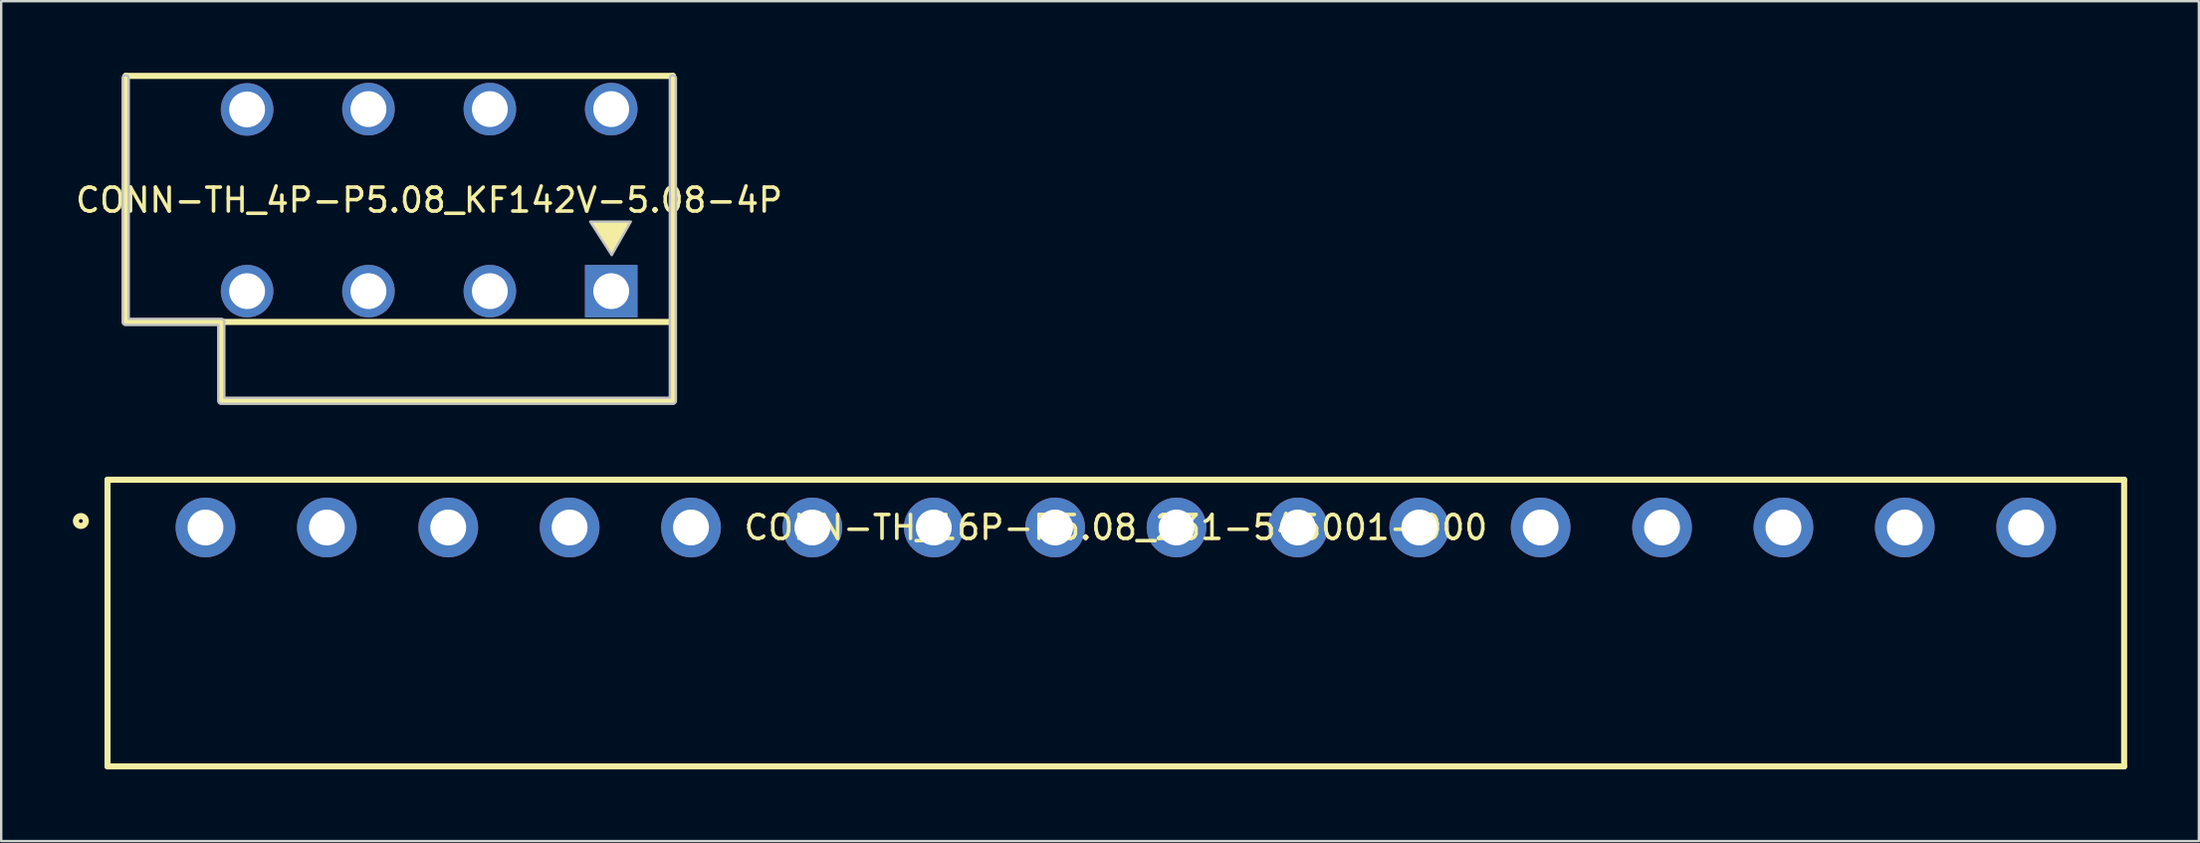
<source format=kicad_pcb>
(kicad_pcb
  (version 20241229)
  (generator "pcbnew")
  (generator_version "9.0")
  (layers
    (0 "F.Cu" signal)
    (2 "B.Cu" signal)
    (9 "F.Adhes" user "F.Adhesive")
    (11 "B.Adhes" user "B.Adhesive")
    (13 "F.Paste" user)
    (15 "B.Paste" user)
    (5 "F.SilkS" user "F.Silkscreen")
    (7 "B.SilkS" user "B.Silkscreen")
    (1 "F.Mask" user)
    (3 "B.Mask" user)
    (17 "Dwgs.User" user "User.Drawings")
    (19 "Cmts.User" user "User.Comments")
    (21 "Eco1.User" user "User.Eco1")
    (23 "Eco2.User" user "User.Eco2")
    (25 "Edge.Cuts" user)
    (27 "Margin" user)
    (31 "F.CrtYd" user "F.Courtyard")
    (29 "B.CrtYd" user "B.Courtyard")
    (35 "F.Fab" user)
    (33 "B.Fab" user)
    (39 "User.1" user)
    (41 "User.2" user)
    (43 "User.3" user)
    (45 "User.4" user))
  (footprint "CONN-TH_4P-P5.08_KF142V-5.08-4P"
    (layer "F.Cu")
    (at 14.911 5.327)
    (property "Reference" "CONN-TH_4P-P5.08_KF142V-5.08-4P" (at 0 0 0) (layer "F.SilkS") (effects (font (size 1 1) (thickness 0.15))))
    (fp_line (start -12.7 -5.2) (end 10.2 -5.2) (stroke (width 0.254) (type default)) (layer "F.SilkS"))
    (fp_line (start -12.7 5.1) (end -12.7 -5.2) (stroke (width 0.254) (type default)) (layer "F.SilkS"))
    (fp_line (start -8.7 5.1) (end -12.7 5.1) (stroke (width 0.254) (type default)) (layer "F.SilkS"))
    (fp_line (start -8.7 5.1) (end 10.2 5.1) (stroke (width 0.254) (type default)) (layer "F.SilkS"))
    (fp_line (start -8.7 8.4) (end -8.7 5.1) (stroke (width 0.254) (type default)) (layer "F.SilkS"))
    (fp_line (start 10.2 -5.2) (end 10.2 8.4) (stroke (width 0.254) (type default)) (layer "F.SilkS"))
    (fp_line (start 10.2 8.4) (end -8.7 8.4) (stroke (width 0.254) (type default)) (layer "F.SilkS"))
    (fp_poly (pts (xy 7.64 2.3) (xy 8.44 0.9) (xy 6.74 0.9)) (stroke (width 0) (type default)) (fill yes) (layer "F.SilkS"))
    (fp_poly (pts (xy 7.64 2.3) (xy 8.44 0.9) (xy 6.74 0.9)) (stroke (width 0.1) (type default)) (fill no) (layer "Dwgs.User"))
    (fp_poly (pts (arc (start -12.827 -5.1) (mid -12.7 -5.227) (end -12.573 -5.1)) (xy -12.573 4.973) (arc (start -8.7 4.973) (mid -8.610197 5.010197) (end -8.573 5.1)) (xy -8.573 8.273) (xy 10.073 8.273) (arc (start 10.073 -5.1) (mid 10.2 -5.227) (end 10.327 -5.1)) (arc (start 10.327 8.4) (mid 10.289803 8.489803) (end 10.2 8.527)) (arc (start -8.7 8.527) (mid -8.789803 8.489803) (end -8.827 8.4)) (xy -8.827 5.227) (arc (start -12.7 5.227) (mid -12.789803 5.189803) (end -12.827 5.1))) (stroke (width 0.1) (type default)) (fill no) (layer "Dwgs.User"))
    (fp_poly (pts (xy -8.17 -4.046) (xy -7.07 -4.046) (xy -7.07 -3.546) (xy -8.17 -3.546)) (stroke (width 0.1) (type default)) (fill no) (layer "User.1"))
    (fp_poly (pts (xy -8.17 3.56) (xy -7.07 3.56) (xy -7.07 4.06) (xy -8.17 4.06)) (stroke (width 0.1) (type default)) (fill no) (layer "User.1"))
    (fp_poly (pts (xy -3.09 -4.06) (xy -1.99 -4.06) (xy -1.99 -3.56) (xy -3.09 -3.56)) (stroke (width 0.1) (type default)) (fill no) (layer "User.1"))
    (fp_poly (pts (xy -3.09 3.56) (xy -1.99 3.56) (xy -1.99 4.06) (xy -3.09 4.06)) (stroke (width 0.1) (type default)) (fill no) (layer "User.1"))
    (fp_poly (pts (xy 1.99 -4.06) (xy 3.09 -4.06) (xy 3.09 -3.56) (xy 1.99 -3.56)) (stroke (width 0.1) (type default)) (fill no) (layer "User.1"))
    (fp_poly (pts (xy 1.99 3.56) (xy 3.09 3.56) (xy 3.09 4.06) (xy 1.99 4.06)) (stroke (width 0.1) (type default)) (fill no) (layer "User.1"))
    (fp_poly (pts (xy 7.07 -4.06) (xy 8.17 -4.06) (xy 8.17 -3.56) (xy 7.07 -3.56)) (stroke (width 0.1) (type default)) (fill no) (layer "User.1"))
    (fp_poly (pts (xy 7.07 3.56) (xy 8.17 3.56) (xy 8.17 4.06) (xy 7.07 4.06)) (stroke (width 0.1) (type default)) (fill no) (layer "User.1"))
    (fp_line (start -12.7 -5.25) (end 10.16 -5.25) (stroke (width 0.051) (type default)) (layer "User.2"))
    (fp_line (start -12.69 5.07) (end -12.7 -5.25) (stroke (width 0.051) (type default)) (layer "User.2"))
    (fp_line (start -8.69 5.08) (end -12.69 5.07) (stroke (width 0.051) (type default)) (layer "User.2"))
    (fp_line (start -8.69 8.45) (end -8.69 5.08) (stroke (width 0.051) (type default)) (layer "User.2"))
    (fp_line (start 10.16 -5.25) (end 10.16 8.45) (stroke (width 0.051) (type default)) (layer "User.2"))
    (fp_line (start 10.16 8.45) (end -8.69 8.45) (stroke (width 0.051) (type default)) (layer "User.2"))
    (fp_poly (pts (xy 10.215 8.427) (xy 10.183 8.395) (xy 10.137 8.395) (xy 10.105 8.427) (xy 10.105 8.473) (xy 10.137 8.505) (xy 10.183 8.505) (xy 10.215 8.473)) (stroke (width 0.1) (type default)) (fill no) (layer "User.3"))
    (pad "1" thru_hole circle (at 7.62 -3.81) (size 2.2 2.2) (drill 1.5) (layers "*.Cu" "*.Mask"))
    (pad "1" thru_hole rect (at 7.62 3.81) (size 2.2 2.2) (drill 1.5) (layers "*.Cu" "*.Mask"))
    (pad "2" thru_hole circle (at 2.54 -3.81) (size 2.2 2.2) (drill 1.5) (layers "*.Cu" "*.Mask"))
    (pad "2" thru_hole circle (at 2.54 3.81) (size 2.2 2.2) (drill 1.5) (layers "*.Cu" "*.Mask"))
    (pad "3" thru_hole circle (at -2.54 -3.81) (size 2.2 2.2) (drill 1.5) (layers "*.Cu" "*.Mask"))
    (pad "3" thru_hole circle (at -2.54 3.81) (size 2.2 2.2) (drill 1.5) (layers "*.Cu" "*.Mask"))
    (pad "4" thru_hole circle (at -7.62 -3.796) (size 2.2 2.2) (drill 1.5) (layers "*.Cu" "*.Mask"))
    (pad "4" thru_hole circle (at -7.62 3.81) (size 2.2 2.2) (drill 1.5) (layers "*.Cu" "*.Mask")))
  (footprint "CONN-TH_16P-P5.08_231-546001-000"
    (layer "F.Cu")
    (at 43.65 19.031)
    (property "Reference" "CONN-TH_16P-P5.08_231-546001-000" (at 0 0 0) (layer "F.SilkS") (effects (font (size 1 1) (thickness 0.15))))
    (fp_line (start -42.2 10) (end -42.2 -2) (stroke (width 0.254) (type default)) (layer "F.SilkS"))
    (fp_line (start -42.2 10) (end 42.2 10) (stroke (width 0.254) (type default)) (layer "F.SilkS"))
    (fp_line (start 42.2 -2) (end -42.2 -2) (stroke (width 0.254) (type default)) (layer "F.SilkS"))
    (fp_line (start 42.2 -2) (end 42.2 10.001) (stroke (width 0.254) (type default)) (layer "F.SilkS"))
    (fp_circle (center -43.316 -0.271) (end -43.109 -0.271) (stroke (width 0.254) (type default)) (fill no) (layer "F.SilkS"))
    (fp_poly (pts (xy -38.6 -0.5) (xy -37.6 -0.5) (xy -37.6 0.5) (xy -38.6 0.5)) (stroke (width 0.1) (type default)) (fill no) (layer "User.1"))
    (fp_poly (pts (xy -33.52 -0.5) (xy -32.52 -0.5) (xy -32.52 0.5) (xy -33.52 0.5)) (stroke (width 0.1) (type default)) (fill no) (layer "User.1"))
    (fp_poly (pts (xy -28.44 -0.5) (xy -27.44 -0.5) (xy -27.44 0.5) (xy -28.44 0.5)) (stroke (width 0.1) (type default)) (fill no) (layer "User.1"))
    (fp_poly (pts (xy -23.36 -0.5) (xy -22.36 -0.5) (xy -22.36 0.5) (xy -23.36 0.5)) (stroke (width 0.1) (type default)) (fill no) (layer "User.1"))
    (fp_poly (pts (xy -18.28 -0.5) (xy -17.28 -0.5) (xy -17.28 0.5) (xy -18.28 0.5)) (stroke (width 0.1) (type default)) (fill no) (layer "User.1"))
    (fp_poly (pts (xy -13.2 -0.5) (xy -12.2 -0.5) (xy -12.2 0.5) (xy -13.2 0.5)) (stroke (width 0.1) (type default)) (fill no) (layer "User.1"))
    (fp_poly (pts (xy -8.12 -0.5) (xy -7.12 -0.5) (xy -7.12 0.5) (xy -8.12 0.5)) (stroke (width 0.1) (type default)) (fill no) (layer "User.1"))
    (fp_poly (pts (xy -3.04 -0.5) (xy -2.04 -0.5) (xy -2.04 0.5) (xy -3.04 0.5)) (stroke (width 0.1) (type default)) (fill no) (layer "User.1"))
    (fp_poly (pts (xy 2.04 -0.5) (xy 3.04 -0.5) (xy 3.04 0.5) (xy 2.04 0.5)) (stroke (width 0.1) (type default)) (fill no) (layer "User.1"))
    (fp_poly (pts (xy 7.12 -0.5) (xy 8.12 -0.5) (xy 8.12 0.5) (xy 7.12 0.5)) (stroke (width 0.1) (type default)) (fill no) (layer "User.1"))
    (fp_poly (pts (xy 12.2 -0.5) (xy 13.2 -0.5) (xy 13.2 0.5) (xy 12.2 0.5)) (stroke (width 0.1) (type default)) (fill no) (layer "User.1"))
    (fp_poly (pts (xy 17.28 -0.5) (xy 18.28 -0.5) (xy 18.28 0.5) (xy 17.28 0.5)) (stroke (width 0.1) (type default)) (fill no) (layer "User.1"))
    (fp_poly (pts (xy 22.36 -0.5) (xy 23.36 -0.5) (xy 23.36 0.5) (xy 22.36 0.5)) (stroke (width 0.1) (type default)) (fill no) (layer "User.1"))
    (fp_poly (pts (xy 27.44 -0.5) (xy 28.44 -0.5) (xy 28.44 0.5) (xy 27.44 0.5)) (stroke (width 0.1) (type default)) (fill no) (layer "User.1"))
    (fp_poly (pts (xy 32.52 -0.5) (xy 33.52 -0.5) (xy 33.52 0.5) (xy 32.52 0.5)) (stroke (width 0.1) (type default)) (fill no) (layer "User.1"))
    (fp_poly (pts (xy 37.6 -0.5) (xy 38.6 -0.5) (xy 38.6 0.5) (xy 37.6 0.5)) (stroke (width 0.1) (type default)) (fill no) (layer "User.1"))
    (fp_line (start -42.2 -2) (end -42.2 10) (stroke (width 0.051) (type default)) (layer "User.2"))
    (fp_line (start -42.2 10) (end 42.2 10) (stroke (width 0.051) (type default)) (layer "User.2"))
    (fp_line (start 42.2 -2) (end -42.2 -2) (stroke (width 0.051) (type default)) (layer "User.2"))
    (fp_line (start 42.2 10) (end 42.2 -2) (stroke (width 0.051) (type default)) (layer "User.2"))
    (fp_poly (pts (xy -42.145 9.977) (xy -42.177 9.945) (xy -42.223 9.945) (xy -42.255 9.977) (xy -42.255 10.023) (xy -42.223 10.055) (xy -42.177 10.055) (xy -42.145 10.023)) (stroke (width 0.1) (type default)) (fill no) (layer "User.3"))
    (pad "1" thru_hole circle (at -38.1 0) (size 2.5 2.5) (drill 1.5) (layers "*.Cu" "*.Mask"))
    (pad "2" thru_hole circle (at -33.02 0) (size 2.5 2.5) (drill 1.5) (layers "*.Cu" "*.Mask"))
    (pad "3" thru_hole circle (at -27.94 0) (size 2.5 2.5) (drill 1.5) (layers "*.Cu" "*.Mask"))
    (pad "4" thru_hole circle (at -22.86 0) (size 2.5 2.5) (drill 1.5) (layers "*.Cu" "*.Mask"))
    (pad "5" thru_hole circle (at -17.78 0) (size 2.5 2.5) (drill 1.5) (layers "*.Cu" "*.Mask"))
    (pad "6" thru_hole circle (at -12.7 0) (size 2.5 2.5) (drill 1.5) (layers "*.Cu" "*.Mask"))
    (pad "7" thru_hole circle (at -7.62 0) (size 2.5 2.5) (drill 1.5) (layers "*.Cu" "*.Mask"))
    (pad "8" thru_hole circle (at -2.54 0) (size 2.5 2.5) (drill 1.5) (layers "*.Cu" "*.Mask"))
    (pad "9" thru_hole circle (at 2.54 0) (size 2.5 2.5) (drill 1.5) (layers "*.Cu" "*.Mask"))
    (pad "10" thru_hole circle (at 7.62 0) (size 2.5 2.5) (drill 1.5) (layers "*.Cu" "*.Mask"))
    (pad "11" thru_hole circle (at 12.7 0) (size 2.5 2.5) (drill 1.5) (layers "*.Cu" "*.Mask"))
    (pad "12" thru_hole circle (at 17.78 0) (size 2.5 2.5) (drill 1.5) (layers "*.Cu" "*.Mask"))
    (pad "13" thru_hole circle (at 22.86 0) (size 2.5 2.5) (drill 1.5) (layers "*.Cu" "*.Mask"))
    (pad "14" thru_hole circle (at 27.94 0) (size 2.5 2.5) (drill 1.5) (layers "*.Cu" "*.Mask"))
    (pad "15" thru_hole circle (at 33.02 0) (size 2.5 2.5) (drill 1.5) (layers "*.Cu" "*.Mask"))
    (pad "16" thru_hole circle (at 38.1 0) (size 2.5 2.5) (drill 1.5) (layers "*.Cu" "*.Mask")))
  (gr_rect
    (start -3 -3)
    (end 88.977 32.159)
    (stroke (width 0.1) (type default))
    (fill no)
    (layer "Edge.Cuts")))
</source>
